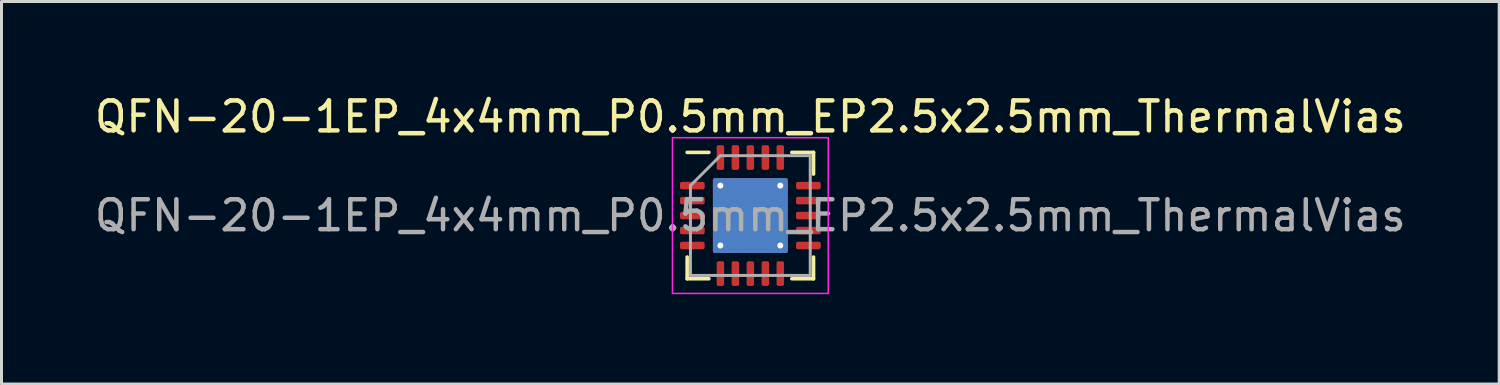
<source format=kicad_pcb>
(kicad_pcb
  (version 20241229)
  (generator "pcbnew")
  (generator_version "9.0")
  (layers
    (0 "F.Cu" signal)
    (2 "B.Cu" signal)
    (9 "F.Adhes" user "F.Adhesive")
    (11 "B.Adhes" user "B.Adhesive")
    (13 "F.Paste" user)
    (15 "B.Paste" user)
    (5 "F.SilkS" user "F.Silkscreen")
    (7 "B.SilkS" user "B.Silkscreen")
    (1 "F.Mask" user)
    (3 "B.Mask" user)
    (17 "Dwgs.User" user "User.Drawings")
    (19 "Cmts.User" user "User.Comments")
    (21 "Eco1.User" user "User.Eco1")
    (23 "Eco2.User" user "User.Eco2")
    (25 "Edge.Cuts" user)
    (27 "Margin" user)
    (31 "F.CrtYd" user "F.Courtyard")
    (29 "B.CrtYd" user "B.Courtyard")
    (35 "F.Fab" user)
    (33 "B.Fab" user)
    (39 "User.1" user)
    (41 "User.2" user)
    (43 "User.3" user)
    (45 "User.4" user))
  (footprint "QFN-20-1EP_4x4mm_P0.5mm_EP2.5x2.5mm_ThermalVias"
    (layer "F.Cu")
    (at 22.006 4.148)
    (property "Reference" "QFN-20-1EP_4x4mm_P0.5mm_EP2.5x2.5mm_ThermalVias" (at 0 -3.3 0) (layer "F.SilkS") (effects (font (size 1 1) (thickness 0.15))))
    (attr smd)
    (fp_line (start -2.11 2.11) (end -2.11 1.385) (stroke (width 0.12) (type solid)) (layer "F.SilkS"))
    (fp_line (start -1.385 -2.11) (end -2.11 -2.11) (stroke (width 0.12) (type solid)) (layer "F.SilkS"))
    (fp_line (start -1.385 2.11) (end -2.11 2.11) (stroke (width 0.12) (type solid)) (layer "F.SilkS"))
    (fp_line (start 1.385 -2.11) (end 2.11 -2.11) (stroke (width 0.12) (type solid)) (layer "F.SilkS"))
    (fp_line (start 1.385 2.11) (end 2.11 2.11) (stroke (width 0.12) (type solid)) (layer "F.SilkS"))
    (fp_line (start 2.11 -2.11) (end 2.11 -1.385) (stroke (width 0.12) (type solid)) (layer "F.SilkS"))
    (fp_line (start 2.11 2.11) (end 2.11 1.385) (stroke (width 0.12) (type solid)) (layer "F.SilkS"))
    (fp_line (start -2.6 -2.6) (end -2.6 2.6) (stroke (width 0.05) (type solid)) (layer "F.CrtYd"))
    (fp_line (start -2.6 2.6) (end 2.6 2.6) (stroke (width 0.05) (type solid)) (layer "F.CrtYd"))
    (fp_line (start 2.6 -2.6) (end -2.6 -2.6) (stroke (width 0.05) (type solid)) (layer "F.CrtYd"))
    (fp_line (start 2.6 2.6) (end 2.6 -2.6) (stroke (width 0.05) (type solid)) (layer "F.CrtYd"))
    (fp_line (start -2 -1) (end -1 -2) (stroke (width 0.1) (type solid)) (layer "F.Fab"))
    (fp_line (start -2 2) (end -2 -1) (stroke (width 0.1) (type solid)) (layer "F.Fab"))
    (fp_line (start -1 -2) (end 2 -2) (stroke (width 0.1) (type solid)) (layer "F.Fab"))
    (fp_line (start 2 -2) (end 2 2) (stroke (width 0.1) (type solid)) (layer "F.Fab"))
    (fp_line (start 2 2) (end -2 2) (stroke (width 0.1) (type solid)) (layer "F.Fab"))
    (fp_text user "${REFERENCE}" (at 0 0 0) (layer "F.Fab") (effects (font (size 1 1) (thickness 0.15))))
    (pad "" smd roundrect (at -0.625 -0.625) (size 1.08 1.08) (layers "F.Paste") (roundrect_rratio 0.231))
    (pad "" smd roundrect (at -0.625 0.625) (size 1.08 1.08) (layers "F.Paste") (roundrect_rratio 0.231))
    (pad "" smd roundrect (at 0.625 -0.625) (size 1.08 1.08) (layers "F.Paste") (roundrect_rratio 0.231))
    (pad "" smd roundrect (at 0.625 0.625) (size 1.08 1.08) (layers "F.Paste") (roundrect_rratio 0.231))
    (pad "1" smd roundrect (at -1.938 -1) (size 0.825 0.25) (layers "F.Cu" "F.Mask" "F.Paste") (roundrect_rratio 0.25))
    (pad "2" smd roundrect (at -1.938 -0.5) (size 0.825 0.25) (layers "F.Cu" "F.Mask" "F.Paste") (roundrect_rratio 0.25))
    (pad "3" smd roundrect (at -1.938 0) (size 0.825 0.25) (layers "F.Cu" "F.Mask" "F.Paste") (roundrect_rratio 0.25))
    (pad "4" smd roundrect (at -1.938 0.5) (size 0.825 0.25) (layers "F.Cu" "F.Mask" "F.Paste") (roundrect_rratio 0.25))
    (pad "5" smd roundrect (at -1.938 1) (size 0.825 0.25) (layers "F.Cu" "F.Mask" "F.Paste") (roundrect_rratio 0.25))
    (pad "6" smd roundrect (at -1 1.938) (size 0.25 0.825) (layers "F.Cu" "F.Mask" "F.Paste") (roundrect_rratio 0.25))
    (pad "7" smd roundrect (at -0.5 1.938) (size 0.25 0.825) (layers "F.Cu" "F.Mask" "F.Paste") (roundrect_rratio 0.25))
    (pad "8" smd roundrect (at 0 1.938) (size 0.25 0.825) (layers "F.Cu" "F.Mask" "F.Paste") (roundrect_rratio 0.25))
    (pad "9" smd roundrect (at 0.5 1.938) (size 0.25 0.825) (layers "F.Cu" "F.Mask" "F.Paste") (roundrect_rratio 0.25))
    (pad "10" smd roundrect (at 1 1.938) (size 0.25 0.825) (layers "F.Cu" "F.Mask" "F.Paste") (roundrect_rratio 0.25))
    (pad "11" smd roundrect (at 1.938 1) (size 0.825 0.25) (layers "F.Cu" "F.Mask" "F.Paste") (roundrect_rratio 0.25))
    (pad "12" smd roundrect (at 1.938 0.5) (size 0.825 0.25) (layers "F.Cu" "F.Mask" "F.Paste") (roundrect_rratio 0.25))
    (pad "13" smd roundrect (at 1.938 0) (size 0.825 0.25) (layers "F.Cu" "F.Mask" "F.Paste") (roundrect_rratio 0.25))
    (pad "14" smd roundrect (at 1.938 -0.5) (size 0.825 0.25) (layers "F.Cu" "F.Mask" "F.Paste") (roundrect_rratio 0.25))
    (pad "15" smd roundrect (at 1.938 -1) (size 0.825 0.25) (layers "F.Cu" "F.Mask" "F.Paste") (roundrect_rratio 0.25))
    (pad "16" smd roundrect (at 1 -1.938) (size 0.25 0.825) (layers "F.Cu" "F.Mask" "F.Paste") (roundrect_rratio 0.25))
    (pad "17" smd roundrect (at 0.5 -1.938) (size 0.25 0.825) (layers "F.Cu" "F.Mask" "F.Paste") (roundrect_rratio 0.25))
    (pad "18" smd roundrect (at 0 -1.938) (size 0.25 0.825) (layers "F.Cu" "F.Mask" "F.Paste") (roundrect_rratio 0.25))
    (pad "19" smd roundrect (at -0.5 -1.938) (size 0.25 0.825) (layers "F.Cu" "F.Mask" "F.Paste") (roundrect_rratio 0.25))
    (pad "20" smd roundrect (at -1 -1.938) (size 0.25 0.825) (layers "F.Cu" "F.Mask" "F.Paste") (roundrect_rratio 0.25))
    (pad "21" thru_hole circle (at -1 -1) (size 0.5 0.5) (drill 0.2) (layers "*.Cu"))
    (pad "21" thru_hole circle (at -1 1) (size 0.5 0.5) (drill 0.2) (layers "*.Cu"))
    (pad "21" smd roundrect (at 0 0) (size 2.5 2.5) (layers "F.Cu" "F.Mask") (roundrect_rratio 0.025))
    (pad "21" smd roundrect (at 0 0) (size 2.5 2.5) (layers "B.Cu") (roundrect_rratio 0.025))
    (pad "21" thru_hole circle (at 1 -1) (size 0.5 0.5) (drill 0.2) (layers "*.Cu"))
    (pad "21" thru_hole circle (at 1 1) (size 0.5 0.5) (drill 0.2) (layers "*.Cu")))
  (gr_rect
    (start -3 -3)
    (end 47.012 9.773)
    (stroke (width 0.1) (type default))
    (fill no)
    (layer "Edge.Cuts")))
</source>
